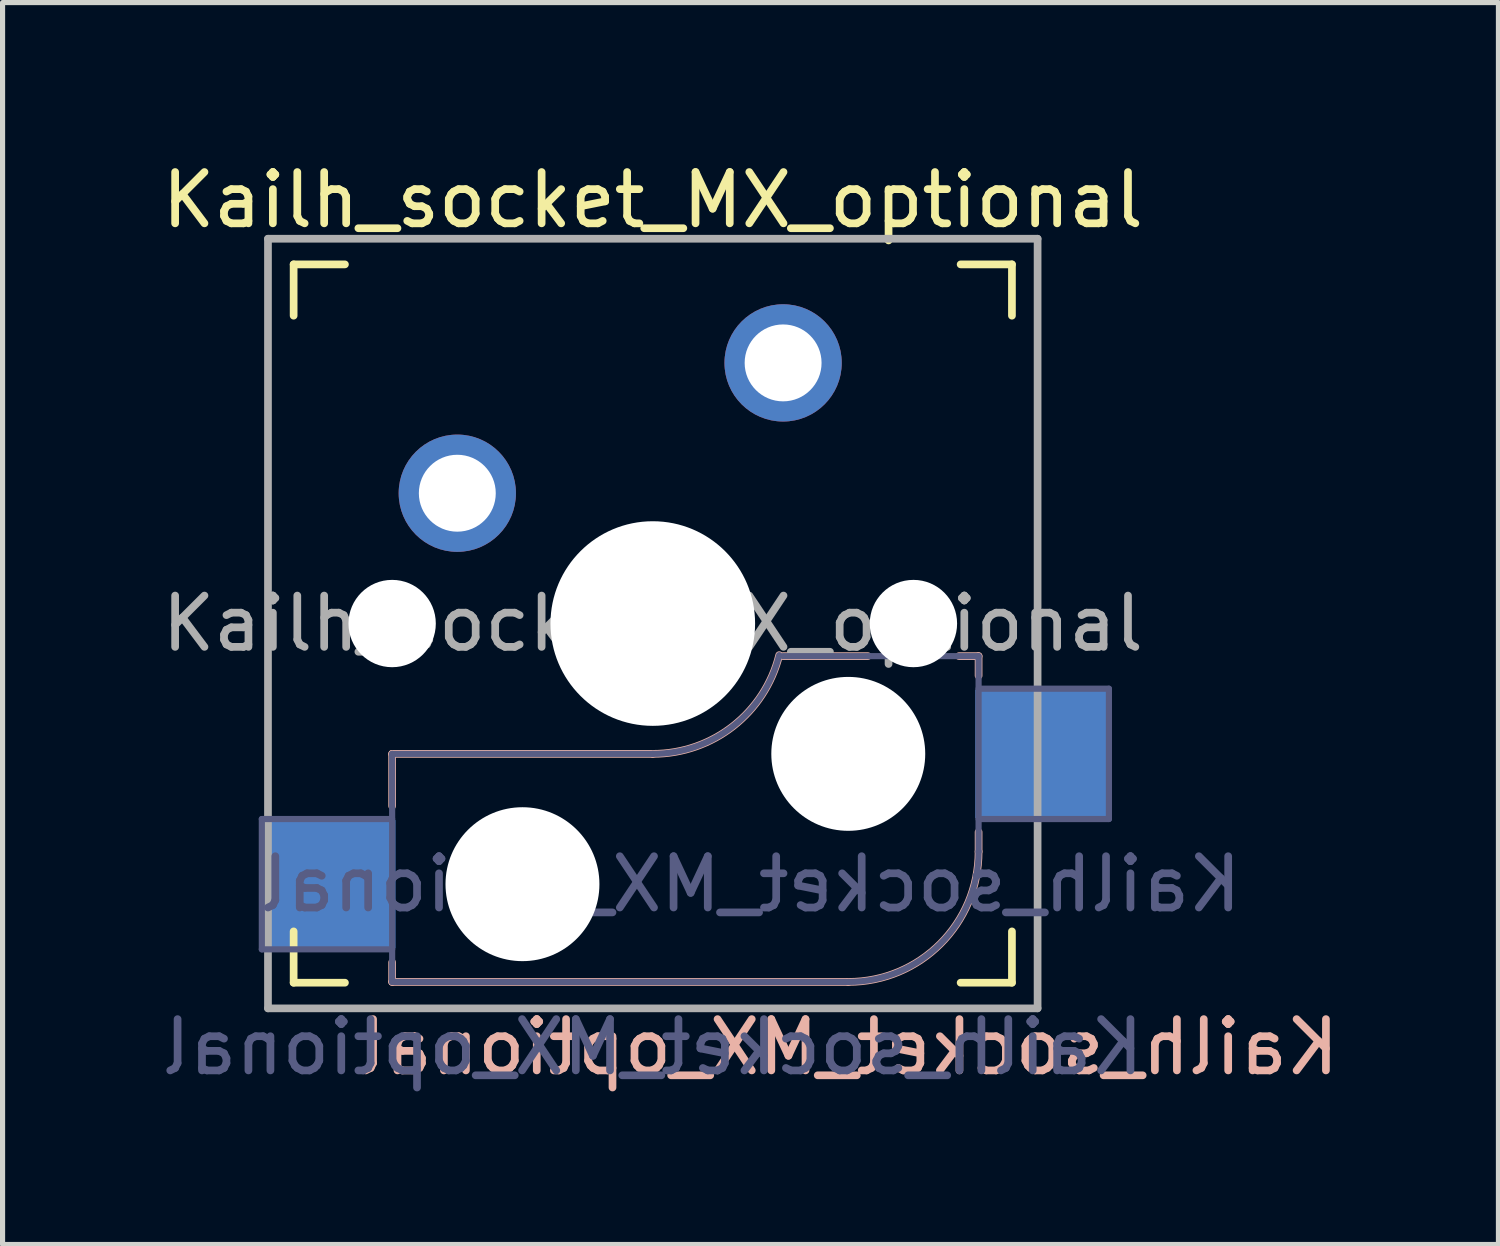
<source format=kicad_pcb>
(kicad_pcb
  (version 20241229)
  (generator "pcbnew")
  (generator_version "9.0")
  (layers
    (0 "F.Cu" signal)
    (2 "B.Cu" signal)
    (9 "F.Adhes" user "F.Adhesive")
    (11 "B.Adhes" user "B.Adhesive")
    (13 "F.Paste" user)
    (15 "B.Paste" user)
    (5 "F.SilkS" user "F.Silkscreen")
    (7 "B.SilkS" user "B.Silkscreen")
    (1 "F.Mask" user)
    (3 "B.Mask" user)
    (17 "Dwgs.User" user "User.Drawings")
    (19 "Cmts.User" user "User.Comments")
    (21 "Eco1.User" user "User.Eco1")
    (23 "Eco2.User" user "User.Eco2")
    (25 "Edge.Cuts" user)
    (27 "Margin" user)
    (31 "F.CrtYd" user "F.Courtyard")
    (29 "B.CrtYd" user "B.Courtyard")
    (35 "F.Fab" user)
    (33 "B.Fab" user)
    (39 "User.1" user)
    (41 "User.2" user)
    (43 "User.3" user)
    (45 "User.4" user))
  (footprint "Kailh_socket_MX_optional"
    (layer "F.Cu")
    (at 12.173 4.103)
    (property "Reference" "Kailh_socket_MX_optional" (at -2.5 -3.255 0) (layer "F.SilkS") (effects (font (size 1 1) (thickness 0.15))))
    (property "Value" "Kailh_socket_MX_optional" (at -2.5 13.255 0) (layer "F.Fab") (hide yes) (effects (font (size 1 1) (thickness 0.15))))
    (attr through_hole)
    (fp_line (start -9.5 -1) (end -9.5 -2) (stroke (width 0.15) (type solid)) (layer "F.SilkS"))
    (fp_line (start -9.5 12) (end -9.5 11) (stroke (width 0.15) (type solid)) (layer "F.SilkS"))
    (fp_line (start -9.5 12) (end -8.5 12) (stroke (width 0.15) (type solid)) (layer "F.SilkS"))
    (fp_line (start -8.5 -2) (end -9.5 -2) (stroke (width 0.15) (type solid)) (layer "F.SilkS"))
    (fp_line (start 3.5 12) (end 4.5 12) (stroke (width 0.15) (type solid)) (layer "F.SilkS"))
    (fp_line (start 4.5 -2) (end 3.5 -2) (stroke (width 0.15) (type solid)) (layer "F.SilkS"))
    (fp_line (start 4.5 -2) (end 4.5 -1) (stroke (width 0.15) (type solid)) (layer "F.SilkS"))
    (fp_line (start 4.5 11) (end 4.5 12) (stroke (width 0.15) (type solid)) (layer "F.SilkS"))
    (fp_line (start -7.58 7.54) (end -7.58 8.556) (stroke (width 0.15) (type solid)) (layer "B.SilkS"))
    (fp_line (start -7.58 11.604) (end -7.58 11.985) (stroke (width 0.15) (type solid)) (layer "B.SilkS"))
    (fp_line (start -7.58 11.985) (end 1.31 11.985) (stroke (width 0.15) (type solid)) (layer "B.SilkS"))
    (fp_line (start -2.5 7.54) (end -7.58 7.54) (stroke (width 0.15) (type solid)) (layer "B.SilkS"))
    (fp_line (start 1.691 5.635) (end 0.04 5.635) (stroke (width 0.15) (type solid)) (layer "B.SilkS"))
    (fp_line (start 3.85 5.635) (end 3.469 5.635) (stroke (width 0.15) (type solid)) (layer "B.SilkS"))
    (fp_line (start 3.85 6.016) (end 3.85 5.635) (stroke (width 0.15) (type solid)) (layer "B.SilkS"))
    (fp_line (start 3.85 9.445) (end 3.85 9.064) (stroke (width 0.15) (type solid)) (layer "B.SilkS"))
    (fp_arc (start -0.035838 5.61604) (mid -0.936853 7.002042) (end -2.5 7.54) (stroke (width 0.15) (type solid)) (layer "B.SilkS"))
    (fp_arc (start 3.85 9.445) (mid 3.106051 11.241051) (end 1.31 11.985) (stroke (width 0.15) (type solid)) (layer "B.SilkS"))
    (fp_line (start -9.4 11.9) (end -9.4 -1.9) (stroke (width 0.15) (type solid)) (layer "Eco2.User"))
    (fp_line (start -9.4 11.9) (end 4.4 11.9) (stroke (width 0.15) (type solid)) (layer "Eco2.User"))
    (fp_line (start 4.4 -1.9) (end -9.4 -1.9) (stroke (width 0.15) (type solid)) (layer "Eco2.User"))
    (fp_line (start 4.4 -1.9) (end 4.4 11.9) (stroke (width 0.15) (type solid)) (layer "Eco2.User"))
    (fp_line (start -10.12 8.81) (end -10.12 11.35) (stroke (width 0.12) (type solid)) (layer "B.Fab"))
    (fp_line (start -10.12 11.35) (end -7.58 11.35) (stroke (width 0.12) (type solid)) (layer "B.Fab"))
    (fp_line (start -7.58 7.54) (end -7.58 11.985) (stroke (width 0.12) (type solid)) (layer "B.Fab"))
    (fp_line (start -7.58 8.81) (end -10.12 8.81) (stroke (width 0.12) (type solid)) (layer "B.Fab"))
    (fp_line (start -7.58 11.985) (end 1.31 11.985) (stroke (width 0.12) (type solid)) (layer "B.Fab"))
    (fp_line (start -2.5 7.54) (end -7.58 7.54) (stroke (width 0.12) (type solid)) (layer "B.Fab"))
    (fp_line (start 3.85 5.635) (end 0.04 5.635) (stroke (width 0.12) (type solid)) (layer "B.Fab"))
    (fp_line (start 3.85 8.81) (end 6.39 8.81) (stroke (width 0.12) (type solid)) (layer "B.Fab"))
    (fp_line (start 3.85 9.445) (end 3.85 5.635) (stroke (width 0.12) (type solid)) (layer "B.Fab"))
    (fp_line (start 6.39 6.27) (end 3.85 6.27) (stroke (width 0.12) (type solid)) (layer "B.Fab"))
    (fp_line (start 6.39 8.81) (end 6.39 6.27) (stroke (width 0.12) (type solid)) (layer "B.Fab"))
    (fp_arc (start -0.035838 5.61604) (mid -0.936853 7.002042) (end -2.5 7.54) (stroke (width 0.12) (type solid)) (layer "B.Fab"))
    (fp_arc (start 3.85 9.445) (mid 3.106051 11.241051) (end 1.31 11.985) (stroke (width 0.12) (type solid)) (layer "B.Fab"))
    (fp_line (start -10 -2.5) (end 5 -2.5) (stroke (width 0.15) (type solid)) (layer "F.Fab"))
    (fp_line (start -10 12.5) (end -10 -2.5) (stroke (width 0.15) (type solid)) (layer "F.Fab"))
    (fp_line (start 5 -2.5) (end 5 12.5) (stroke (width 0.15) (type solid)) (layer "F.Fab"))
    (fp_line (start 5 12.5) (end -10 12.5) (stroke (width 0.15) (type solid)) (layer "F.Fab"))
    (fp_text user "${REFERENCE}" (at 1.31 13.255 0) (layer "B.SilkS") (effects (font (size 1 1) (thickness 0.15)) (justify mirror)))
    (fp_text user "${REFERENCE}" (at -0.595 10.08 0) (layer "B.Fab") (effects (font (size 1 1) (thickness 0.15)) (justify mirror)))
    (fp_text user "${VALUE}" (at -2.5 13.255 0) (layer "B.Fab") (effects (font (size 1 1) (thickness 0.15)) (justify mirror)))
    (fp_text user "${REFERENCE}" (at -2.5 5 0) (layer "F.Fab") (effects (font (size 1 1) (thickness 0.15))))
    (pad "" np_thru_hole circle (at -7.58 5) (size 1.702 1.702) (drill 1.702) (layers "*.Cu" "*.Mask"))
    (pad "" np_thru_hole circle (at -5.04 10.08) (size 3 3) (drill 3) (layers "*.Cu" "*.Mask"))
    (pad "" np_thru_hole circle (at -2.5 5) (size 3.988 3.988) (drill 3.988) (layers "*.Cu" "*.Mask"))
    (pad "" np_thru_hole circle (at 1.31 7.54) (size 3 3) (drill 3) (layers "*.Cu" "*.Mask"))
    (pad "" np_thru_hole circle (at 2.58 5) (size 1.702 1.702) (drill 1.702) (layers "*.Cu" "*.Mask"))
    (pad "1" smd rect (at -8.79 10.08) (size 2.55 2.5) (layers "B.Cu" "B.Mask" "B.Paste"))
    (pad "1" thru_hole circle (at 0.04 -0.08) (size 2.286 2.286) (drill 1.499) (layers "*.Cu" "*.Mask"))
    (pad "2" thru_hole circle (at -6.31 2.46) (size 2.286 2.286) (drill 1.499) (layers "*.Cu" "*.Mask"))
    (pad "2" smd rect (at 5.06 7.54) (size 2.55 2.5) (layers "B.Cu" "B.Mask" "B.Paste")))
  (gr_rect
    (start -3 -3)
    (end 26.155 21.206)
    (stroke (width 0.1) (type default))
    (fill no)
    (layer "Edge.Cuts")))
</source>
